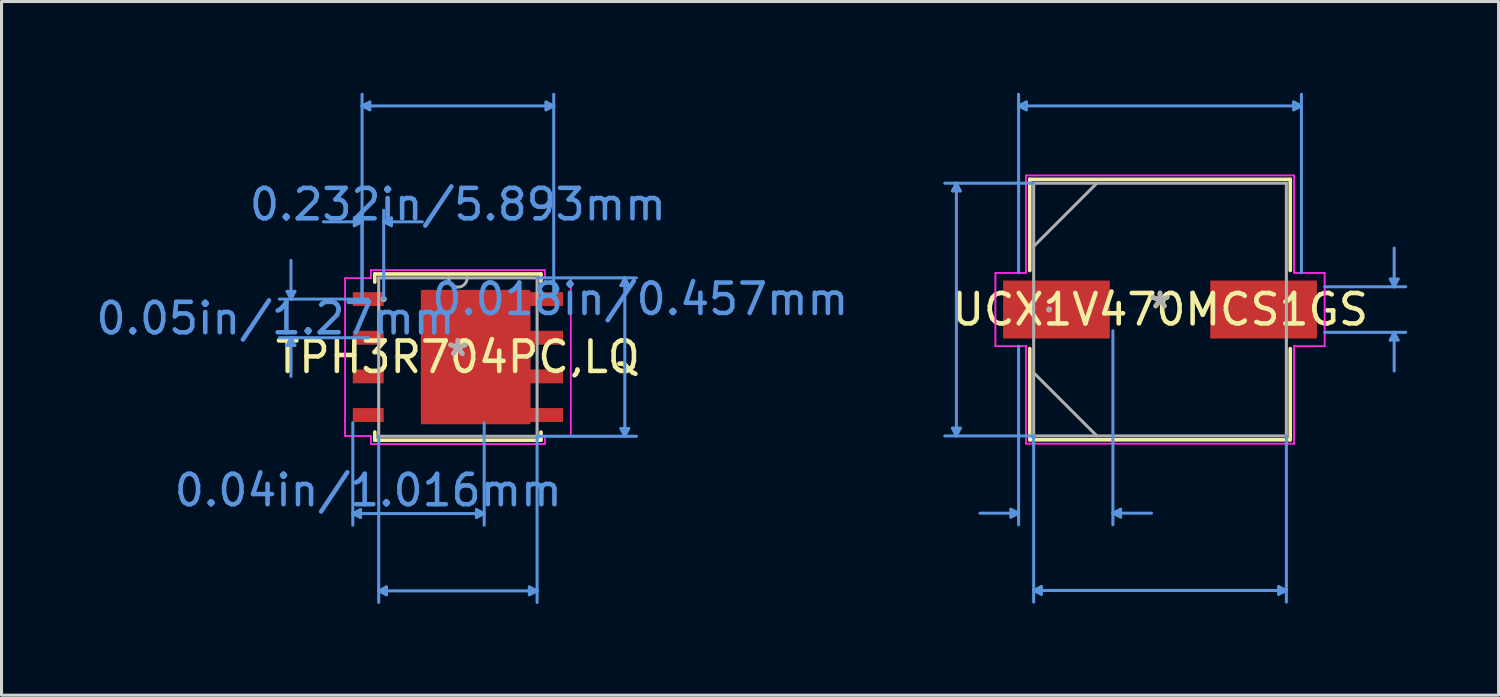
<source format=kicad_pcb>
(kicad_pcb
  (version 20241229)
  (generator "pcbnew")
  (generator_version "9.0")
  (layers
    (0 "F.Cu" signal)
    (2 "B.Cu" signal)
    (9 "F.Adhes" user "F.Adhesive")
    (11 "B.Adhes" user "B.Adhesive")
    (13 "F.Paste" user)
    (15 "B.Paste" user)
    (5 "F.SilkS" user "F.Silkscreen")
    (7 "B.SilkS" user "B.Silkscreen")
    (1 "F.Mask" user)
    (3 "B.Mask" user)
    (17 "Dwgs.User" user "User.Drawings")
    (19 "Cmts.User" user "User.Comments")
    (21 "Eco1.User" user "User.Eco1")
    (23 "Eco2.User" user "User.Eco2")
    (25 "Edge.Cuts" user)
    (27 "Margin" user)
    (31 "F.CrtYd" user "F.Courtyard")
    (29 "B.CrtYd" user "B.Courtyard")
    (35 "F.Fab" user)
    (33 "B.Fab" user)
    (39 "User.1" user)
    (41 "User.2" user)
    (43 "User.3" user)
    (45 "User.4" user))
  (footprint "UCX1V470MCS1GS"
    (layer "F.Cu")
    (at 35.077 7.124)
    (property "Reference" "UCX1V470MCS1GS" (at 0 0 0) (layer "F.SilkS") (effects (font (size 1 1) (thickness 0.15))))
    (attr through_hole)
    (fp_line (start -4.28 -4.28) (end -4.28 -1.285) (stroke (width 0.12) (type solid)) (layer "F.SilkS"))
    (fp_line (start -4.28 1.285) (end -4.28 4.28) (stroke (width 0.12) (type solid)) (layer "F.SilkS"))
    (fp_line (start -4.28 4.28) (end 4.28 4.28) (stroke (width 0.12) (type solid)) (layer "F.SilkS"))
    (fp_line (start 4.28 -4.28) (end -4.28 -4.28) (stroke (width 0.12) (type solid)) (layer "F.SilkS"))
    (fp_line (start 4.28 -1.285) (end 4.28 -4.28) (stroke (width 0.12) (type solid)) (layer "F.SilkS"))
    (fp_line (start 4.28 4.28) (end 4.28 1.285) (stroke (width 0.12) (type solid)) (layer "F.SilkS"))
    (fp_line (start -6.82 -3.899) (end -6.566 -3.899) (stroke (width 0.1) (type solid)) (layer "Cmts.User"))
    (fp_line (start -6.82 3.899) (end -6.566 3.899) (stroke (width 0.1) (type solid)) (layer "Cmts.User"))
    (fp_line (start -6.693 -4.153) (end -6.82 -3.899) (stroke (width 0.1) (type solid)) (layer "Cmts.User"))
    (fp_line (start -6.693 -4.153) (end -6.693 4.153) (stroke (width 0.1) (type solid)) (layer "Cmts.User"))
    (fp_line (start -6.693 -4.153) (end -6.566 -3.899) (stroke (width 0.1) (type solid)) (layer "Cmts.User"))
    (fp_line (start -6.693 4.153) (end -6.82 3.899) (stroke (width 0.1) (type solid)) (layer "Cmts.User"))
    (fp_line (start -6.693 4.153) (end -6.566 3.899) (stroke (width 0.1) (type solid)) (layer "Cmts.User"))
    (fp_line (start -4.902 6.566) (end -4.902 6.82) (stroke (width 0.1) (type solid)) (layer "Cmts.User"))
    (fp_line (start -4.648 -6.693) (end -4.394 -6.82) (stroke (width 0.1) (type solid)) (layer "Cmts.User"))
    (fp_line (start -4.648 -6.693) (end -4.394 -6.566) (stroke (width 0.1) (type solid)) (layer "Cmts.User"))
    (fp_line (start -4.648 -6.693) (end 4.648 -6.693) (stroke (width 0.1) (type solid)) (layer "Cmts.User"))
    (fp_line (start -4.648 -1.206) (end -4.648 -7.074) (stroke (width 0.1) (type solid)) (layer "Cmts.User"))
    (fp_line (start -4.648 1.206) (end -4.648 7.074) (stroke (width 0.1) (type solid)) (layer "Cmts.User"))
    (fp_line (start -4.648 6.693) (end -5.918 6.693) (stroke (width 0.1) (type solid)) (layer "Cmts.User"))
    (fp_line (start -4.648 6.693) (end -4.902 6.566) (stroke (width 0.1) (type solid)) (layer "Cmts.User"))
    (fp_line (start -4.648 6.693) (end -4.902 6.82) (stroke (width 0.1) (type solid)) (layer "Cmts.User"))
    (fp_line (start -4.394 -6.82) (end -4.394 -6.566) (stroke (width 0.1) (type solid)) (layer "Cmts.User"))
    (fp_line (start -4.153 -4.153) (end -7.074 -4.153) (stroke (width 0.1) (type solid)) (layer "Cmts.User"))
    (fp_line (start -4.153 4.153) (end -7.074 4.153) (stroke (width 0.1) (type solid)) (layer "Cmts.User"))
    (fp_line (start -4.153 4.153) (end -4.153 9.614) (stroke (width 0.1) (type solid)) (layer "Cmts.User"))
    (fp_line (start -4.153 9.233) (end -3.899 9.106) (stroke (width 0.1) (type solid)) (layer "Cmts.User"))
    (fp_line (start -4.153 9.233) (end -3.899 9.36) (stroke (width 0.1) (type solid)) (layer "Cmts.User"))
    (fp_line (start -4.153 9.233) (end 4.153 9.233) (stroke (width 0.1) (type solid)) (layer "Cmts.User"))
    (fp_line (start -3.899 9.106) (end -3.899 9.36) (stroke (width 0.1) (type solid)) (layer "Cmts.User"))
    (fp_line (start -1.549 0.699) (end -1.549 7.074) (stroke (width 0.1) (type solid)) (layer "Cmts.User"))
    (fp_line (start -1.549 6.693) (end -1.295 6.566) (stroke (width 0.1) (type solid)) (layer "Cmts.User"))
    (fp_line (start -1.549 6.693) (end -1.295 6.82) (stroke (width 0.1) (type solid)) (layer "Cmts.User"))
    (fp_line (start -1.549 6.693) (end -0.279 6.693) (stroke (width 0.1) (type solid)) (layer "Cmts.User"))
    (fp_line (start -1.295 6.566) (end -1.295 6.82) (stroke (width 0.1) (type solid)) (layer "Cmts.User"))
    (fp_line (start 3.899 9.106) (end 3.899 9.36) (stroke (width 0.1) (type solid)) (layer "Cmts.User"))
    (fp_line (start 4.153 4.153) (end 4.153 9.614) (stroke (width 0.1) (type solid)) (layer "Cmts.User"))
    (fp_line (start 4.153 9.233) (end 3.899 9.106) (stroke (width 0.1) (type solid)) (layer "Cmts.User"))
    (fp_line (start 4.153 9.233) (end 3.899 9.36) (stroke (width 0.1) (type solid)) (layer "Cmts.User"))
    (fp_line (start 4.394 -6.82) (end 4.394 -6.566) (stroke (width 0.1) (type solid)) (layer "Cmts.User"))
    (fp_line (start 4.648 -6.693) (end 4.394 -6.82) (stroke (width 0.1) (type solid)) (layer "Cmts.User"))
    (fp_line (start 4.648 -6.693) (end 4.394 -6.566) (stroke (width 0.1) (type solid)) (layer "Cmts.User"))
    (fp_line (start 4.648 -1.206) (end 4.648 -7.074) (stroke (width 0.1) (type solid)) (layer "Cmts.User"))
    (fp_line (start 5.41 -0.749) (end 8.077 -0.749) (stroke (width 0.1) (type solid)) (layer "Cmts.User"))
    (fp_line (start 5.41 0.749) (end 8.077 0.749) (stroke (width 0.1) (type solid)) (layer "Cmts.User"))
    (fp_line (start 7.569 -1.003) (end 7.823 -1.003) (stroke (width 0.1) (type solid)) (layer "Cmts.User"))
    (fp_line (start 7.569 1.003) (end 7.823 1.003) (stroke (width 0.1) (type solid)) (layer "Cmts.User"))
    (fp_line (start 7.696 -0.749) (end 7.569 -1.003) (stroke (width 0.1) (type solid)) (layer "Cmts.User"))
    (fp_line (start 7.696 -0.749) (end 7.696 -2.019) (stroke (width 0.1) (type solid)) (layer "Cmts.User"))
    (fp_line (start 7.696 -0.749) (end 7.823 -1.003) (stroke (width 0.1) (type solid)) (layer "Cmts.User"))
    (fp_line (start 7.696 0.749) (end 7.569 1.003) (stroke (width 0.1) (type solid)) (layer "Cmts.User"))
    (fp_line (start 7.696 0.749) (end 7.696 2.019) (stroke (width 0.1) (type solid)) (layer "Cmts.User"))
    (fp_line (start 7.696 0.749) (end 7.823 1.003) (stroke (width 0.1) (type solid)) (layer "Cmts.User"))
    (fp_line (start -5.41 -1.206) (end -4.407 -1.206) (stroke (width 0.05) (type solid)) (layer "F.CrtYd"))
    (fp_line (start -5.41 -1.206) (end -4.407 -1.206) (stroke (width 0.05) (type solid)) (layer "F.CrtYd"))
    (fp_line (start -5.41 1.206) (end -5.41 -1.206) (stroke (width 0.05) (type solid)) (layer "F.CrtYd"))
    (fp_line (start -5.41 1.206) (end -5.41 -1.206) (stroke (width 0.05) (type solid)) (layer "F.CrtYd"))
    (fp_line (start -4.407 -4.407) (end 4.407 -4.407) (stroke (width 0.05) (type solid)) (layer "F.CrtYd"))
    (fp_line (start -4.407 -4.407) (end 4.407 -4.407) (stroke (width 0.05) (type solid)) (layer "F.CrtYd"))
    (fp_line (start -4.407 -1.206) (end -4.407 -4.407) (stroke (width 0.05) (type solid)) (layer "F.CrtYd"))
    (fp_line (start -4.407 -1.206) (end -4.407 -4.407) (stroke (width 0.05) (type solid)) (layer "F.CrtYd"))
    (fp_line (start -4.407 1.206) (end -5.41 1.206) (stroke (width 0.05) (type solid)) (layer "F.CrtYd"))
    (fp_line (start -4.407 1.206) (end -5.41 1.206) (stroke (width 0.05) (type solid)) (layer "F.CrtYd"))
    (fp_line (start -4.407 4.407) (end -4.407 1.206) (stroke (width 0.05) (type solid)) (layer "F.CrtYd"))
    (fp_line (start -4.407 4.407) (end -4.407 1.206) (stroke (width 0.05) (type solid)) (layer "F.CrtYd"))
    (fp_line (start 4.407 -4.407) (end 4.407 -1.206) (stroke (width 0.05) (type solid)) (layer "F.CrtYd"))
    (fp_line (start 4.407 -4.407) (end 4.407 -1.206) (stroke (width 0.05) (type solid)) (layer "F.CrtYd"))
    (fp_line (start 4.407 -1.206) (end 5.41 -1.206) (stroke (width 0.05) (type solid)) (layer "F.CrtYd"))
    (fp_line (start 4.407 -1.206) (end 5.41 -1.206) (stroke (width 0.05) (type solid)) (layer "F.CrtYd"))
    (fp_line (start 4.407 1.206) (end 4.407 4.407) (stroke (width 0.05) (type solid)) (layer "F.CrtYd"))
    (fp_line (start 4.407 1.206) (end 4.407 4.407) (stroke (width 0.05) (type solid)) (layer "F.CrtYd"))
    (fp_line (start 4.407 4.407) (end -4.407 4.407) (stroke (width 0.05) (type solid)) (layer "F.CrtYd"))
    (fp_line (start 4.407 4.407) (end -4.407 4.407) (stroke (width 0.05) (type solid)) (layer "F.CrtYd"))
    (fp_line (start 5.41 -1.206) (end 5.41 1.206) (stroke (width 0.05) (type solid)) (layer "F.CrtYd"))
    (fp_line (start 5.41 -1.206) (end 5.41 1.206) (stroke (width 0.05) (type solid)) (layer "F.CrtYd"))
    (fp_line (start 5.41 1.206) (end 4.407 1.206) (stroke (width 0.05) (type solid)) (layer "F.CrtYd"))
    (fp_line (start 5.41 1.206) (end 4.407 1.206) (stroke (width 0.05) (type solid)) (layer "F.CrtYd"))
    (fp_line (start -4.153 -4.153) (end -4.153 4.153) (stroke (width 0.1) (type solid)) (layer "F.Fab"))
    (fp_line (start -4.153 -2.076) (end -2.076 -4.153) (stroke (width 0.1) (type solid)) (layer "F.Fab"))
    (fp_line (start -4.153 2.076) (end -2.076 4.153) (stroke (width 0.1) (type solid)) (layer "F.Fab"))
    (fp_line (start -4.153 4.153) (end 4.153 4.153) (stroke (width 0.1) (type solid)) (layer "F.Fab"))
    (fp_line (start 4.153 -4.153) (end -4.153 -4.153) (stroke (width 0.1) (type solid)) (layer "F.Fab"))
    (fp_line (start 4.153 4.153) (end 4.153 -4.153) (stroke (width 0.1) (type solid)) (layer "F.Fab"))
    (fp_circle (center -3.645 0) (end -3.645 0) (stroke (width 0.1) (type solid)) (fill no) (layer "F.Fab"))
    (fp_text user "*" (at 0 0 0) (layer "F.SilkS") (effects (font (size 1 1) (thickness 0.15))))
    (fp_text user "Copyright 2021 Accelerated Designs. All rights reserved." (at 0 0 0) (layer "Cmts.User") (effects (font (size 0.127 0.127) (thickness 0.002))))
    (fp_text user "*" (at 0 0 0) (layer "F.Fab") (effects (font (size 1 1) (thickness 0.15))))
    (pad "1" smd rect (at -3.404 0) (size 3.505 1.905) (layers "F.Cu" "F.Mask" "F.Paste"))
    (pad "2" smd rect (at 3.404 0) (size 3.505 1.905) (layers "F.Cu" "F.Mask" "F.Paste")))
  (footprint "TPH3R704PC,LQ"
    (layer "F.Cu")
    (at 12 8.686)
    (property "Reference" "TPH3R704PC,LQ" (at 0 0 0) (layer "F.SilkS") (effects (font (size 1 1) (thickness 0.15))))
    (attr through_hole)
    (fp_poly (pts (xy 2.337 -2.159) (xy -1.168 -2.159) (xy -1.168 2.159) (xy 2.337 2.159)) (stroke (width 0.1) (type solid)) (fill yes) (layer "F.Cu"))
    (fp_poly (pts (xy 2.337 -2.159) (xy -1.168 -2.159) (xy -1.168 2.159) (xy 2.337 2.159)) (stroke (width 0.1) (type solid)) (fill yes) (layer "F.Mask"))
    (fp_line (start -2.731 -2.731) (end -2.731 -2.466) (stroke (width 0.12) (type solid)) (layer "F.SilkS"))
    (fp_line (start -2.731 2.466) (end -2.731 2.731) (stroke (width 0.12) (type solid)) (layer "F.SilkS"))
    (fp_line (start -2.731 2.731) (end 2.731 2.731) (stroke (width 0.12) (type solid)) (layer "F.SilkS"))
    (fp_line (start 2.731 -2.731) (end -2.731 -2.731) (stroke (width 0.12) (type solid)) (layer "F.SilkS"))
    (fp_line (start 2.731 -2.466) (end 2.731 -2.731) (stroke (width 0.12) (type solid)) (layer "F.SilkS"))
    (fp_line (start 2.731 2.731) (end 2.731 2.466) (stroke (width 0.12) (type solid)) (layer "F.SilkS"))
    (fp_poly (pts (xy 2.337 -2.159) (xy -1.168 -2.159) (xy -1.168 2.159) (xy 2.337 2.159)) (stroke (width 0.1) (type solid)) (fill yes) (layer "F.Paste"))
    (fp_line (start -5.613 -2.159) (end -5.359 -2.159) (stroke (width 0.1) (type solid)) (layer "Cmts.User"))
    (fp_line (start -5.613 -0.381) (end -5.359 -0.381) (stroke (width 0.1) (type solid)) (layer "Cmts.User"))
    (fp_line (start -5.486 -1.905) (end -5.613 -2.159) (stroke (width 0.1) (type solid)) (layer "Cmts.User"))
    (fp_line (start -5.486 -1.905) (end -5.486 -3.175) (stroke (width 0.1) (type solid)) (layer "Cmts.User"))
    (fp_line (start -5.486 -1.905) (end -5.359 -2.159) (stroke (width 0.1) (type solid)) (layer "Cmts.User"))
    (fp_line (start -5.486 -0.635) (end -5.613 -0.381) (stroke (width 0.1) (type solid)) (layer "Cmts.User"))
    (fp_line (start -5.486 -0.635) (end -5.486 0.635) (stroke (width 0.1) (type solid)) (layer "Cmts.User"))
    (fp_line (start -5.486 -0.635) (end -5.359 -0.381) (stroke (width 0.1) (type solid)) (layer "Cmts.User"))
    (fp_line (start -3.454 2.159) (end -3.454 5.524) (stroke (width 0.1) (type solid)) (layer "Cmts.User"))
    (fp_line (start -3.454 5.144) (end -3.2 5.016) (stroke (width 0.1) (type solid)) (layer "Cmts.User"))
    (fp_line (start -3.454 5.144) (end -3.2 5.271) (stroke (width 0.1) (type solid)) (layer "Cmts.User"))
    (fp_line (start -3.454 5.144) (end 0.864 5.144) (stroke (width 0.1) (type solid)) (layer "Cmts.User"))
    (fp_line (start -3.404 -4.572) (end -3.404 -4.318) (stroke (width 0.1) (type solid)) (layer "Cmts.User"))
    (fp_line (start -3.2 5.016) (end -3.2 5.271) (stroke (width 0.1) (type solid)) (layer "Cmts.User"))
    (fp_line (start -3.15 -8.255) (end -2.896 -8.382) (stroke (width 0.1) (type solid)) (layer "Cmts.User"))
    (fp_line (start -3.15 -8.255) (end -2.896 -8.128) (stroke (width 0.1) (type solid)) (layer "Cmts.User"))
    (fp_line (start -3.15 -8.255) (end 3.15 -8.255) (stroke (width 0.1) (type solid)) (layer "Cmts.User"))
    (fp_line (start -3.15 -4.445) (end -4.42 -4.445) (stroke (width 0.1) (type solid)) (layer "Cmts.User"))
    (fp_line (start -3.15 -4.445) (end -3.404 -4.572) (stroke (width 0.1) (type solid)) (layer "Cmts.User"))
    (fp_line (start -3.15 -4.445) (end -3.404 -4.318) (stroke (width 0.1) (type solid)) (layer "Cmts.User"))
    (fp_line (start -3.15 -1.905) (end -3.15 -8.636) (stroke (width 0.1) (type solid)) (layer "Cmts.User"))
    (fp_line (start -3.15 -1.905) (end -3.15 -4.826) (stroke (width 0.1) (type solid)) (layer "Cmts.User"))
    (fp_line (start -2.946 -1.905) (end -5.867 -1.905) (stroke (width 0.1) (type solid)) (layer "Cmts.User"))
    (fp_line (start -2.946 -0.635) (end -5.867 -0.635) (stroke (width 0.1) (type solid)) (layer "Cmts.User"))
    (fp_line (start -2.896 -8.382) (end -2.896 -8.128) (stroke (width 0.1) (type solid)) (layer "Cmts.User"))
    (fp_line (start -2.603 2.603) (end -2.603 8.065) (stroke (width 0.1) (type solid)) (layer "Cmts.User"))
    (fp_line (start -2.603 7.684) (end -2.349 7.556) (stroke (width 0.1) (type solid)) (layer "Cmts.User"))
    (fp_line (start -2.603 7.684) (end -2.349 7.811) (stroke (width 0.1) (type solid)) (layer "Cmts.User"))
    (fp_line (start -2.603 7.684) (end 2.603 7.684) (stroke (width 0.1) (type solid)) (layer "Cmts.User"))
    (fp_line (start -2.438 -4.445) (end -2.184 -4.572) (stroke (width 0.1) (type solid)) (layer "Cmts.User"))
    (fp_line (start -2.438 -4.445) (end -2.184 -4.318) (stroke (width 0.1) (type solid)) (layer "Cmts.User"))
    (fp_line (start -2.438 -4.445) (end -1.168 -4.445) (stroke (width 0.1) (type solid)) (layer "Cmts.User"))
    (fp_line (start -2.438 -1.905) (end -2.438 -4.826) (stroke (width 0.1) (type solid)) (layer "Cmts.User"))
    (fp_line (start -2.349 7.556) (end -2.349 7.811) (stroke (width 0.1) (type solid)) (layer "Cmts.User"))
    (fp_line (start -2.184 -4.572) (end -2.184 -4.318) (stroke (width 0.1) (type solid)) (layer "Cmts.User"))
    (fp_line (start 0.61 5.016) (end 0.61 5.271) (stroke (width 0.1) (type solid)) (layer "Cmts.User"))
    (fp_line (start 0.864 2.159) (end 0.864 5.524) (stroke (width 0.1) (type solid)) (layer "Cmts.User"))
    (fp_line (start 0.864 5.144) (end 0.61 5.016) (stroke (width 0.1) (type solid)) (layer "Cmts.User"))
    (fp_line (start 0.864 5.144) (end 0.61 5.271) (stroke (width 0.1) (type solid)) (layer "Cmts.User"))
    (fp_line (start 2.349 7.556) (end 2.349 7.811) (stroke (width 0.1) (type solid)) (layer "Cmts.User"))
    (fp_line (start 2.603 -2.603) (end 5.867 -2.603) (stroke (width 0.1) (type solid)) (layer "Cmts.User"))
    (fp_line (start 2.603 2.603) (end 2.603 8.065) (stroke (width 0.1) (type solid)) (layer "Cmts.User"))
    (fp_line (start 2.603 2.603) (end 5.867 2.603) (stroke (width 0.1) (type solid)) (layer "Cmts.User"))
    (fp_line (start 2.603 7.684) (end 2.349 7.556) (stroke (width 0.1) (type solid)) (layer "Cmts.User"))
    (fp_line (start 2.603 7.684) (end 2.349 7.811) (stroke (width 0.1) (type solid)) (layer "Cmts.User"))
    (fp_line (start 2.896 -8.382) (end 2.896 -8.128) (stroke (width 0.1) (type solid)) (layer "Cmts.User"))
    (fp_line (start 3.15 -8.255) (end 2.896 -8.382) (stroke (width 0.1) (type solid)) (layer "Cmts.User"))
    (fp_line (start 3.15 -8.255) (end 2.896 -8.128) (stroke (width 0.1) (type solid)) (layer "Cmts.User"))
    (fp_line (start 3.15 -1.905) (end 3.15 -8.636) (stroke (width 0.1) (type solid)) (layer "Cmts.User"))
    (fp_line (start 5.359 -2.349) (end 5.613 -2.349) (stroke (width 0.1) (type solid)) (layer "Cmts.User"))
    (fp_line (start 5.359 2.349) (end 5.613 2.349) (stroke (width 0.1) (type solid)) (layer "Cmts.User"))
    (fp_line (start 5.486 -2.603) (end 5.359 -2.349) (stroke (width 0.1) (type solid)) (layer "Cmts.User"))
    (fp_line (start 5.486 -2.603) (end 5.486 2.603) (stroke (width 0.1) (type solid)) (layer "Cmts.User"))
    (fp_line (start 5.486 -2.603) (end 5.613 -2.349) (stroke (width 0.1) (type solid)) (layer "Cmts.User"))
    (fp_line (start 5.486 2.603) (end 5.359 2.349) (stroke (width 0.1) (type solid)) (layer "Cmts.User"))
    (fp_line (start 5.486 2.603) (end 5.613 2.349) (stroke (width 0.1) (type solid)) (layer "Cmts.User"))
    (fp_line (start -3.708 -2.591) (end -2.857 -2.591) (stroke (width 0.05) (type solid)) (layer "F.CrtYd"))
    (fp_line (start -3.708 -2.591) (end -2.857 -2.591) (stroke (width 0.05) (type solid)) (layer "F.CrtYd"))
    (fp_line (start -3.708 2.591) (end -3.708 -2.591) (stroke (width 0.05) (type solid)) (layer "F.CrtYd"))
    (fp_line (start -3.708 2.591) (end -3.708 -2.591) (stroke (width 0.05) (type solid)) (layer "F.CrtYd"))
    (fp_line (start -3.708 2.591) (end -2.857 2.591) (stroke (width 0.05) (type solid)) (layer "F.CrtYd"))
    (fp_line (start -2.857 -2.857) (end 2.857 -2.857) (stroke (width 0.05) (type solid)) (layer "F.CrtYd"))
    (fp_line (start -2.857 -2.857) (end 2.857 -2.857) (stroke (width 0.05) (type solid)) (layer "F.CrtYd"))
    (fp_line (start -2.857 -2.591) (end -2.857 -2.857) (stroke (width 0.05) (type solid)) (layer "F.CrtYd"))
    (fp_line (start -2.857 -2.591) (end -2.857 -2.857) (stroke (width 0.05) (type solid)) (layer "F.CrtYd"))
    (fp_line (start -2.857 2.591) (end -3.708 2.591) (stroke (width 0.05) (type solid)) (layer "F.CrtYd"))
    (fp_line (start -2.857 2.857) (end -2.857 2.591) (stroke (width 0.05) (type solid)) (layer "F.CrtYd"))
    (fp_line (start -2.857 2.857) (end -2.857 2.591) (stroke (width 0.05) (type solid)) (layer "F.CrtYd"))
    (fp_line (start 2.857 -2.857) (end 2.857 -2.591) (stroke (width 0.05) (type solid)) (layer "F.CrtYd"))
    (fp_line (start 2.857 -2.857) (end 2.857 -2.591) (stroke (width 0.05) (type solid)) (layer "F.CrtYd"))
    (fp_line (start 2.857 -2.591) (end 3.708 -2.591) (stroke (width 0.05) (type solid)) (layer "F.CrtYd"))
    (fp_line (start 2.857 2.591) (end 2.857 2.857) (stroke (width 0.05) (type solid)) (layer "F.CrtYd"))
    (fp_line (start 2.857 2.591) (end 2.857 2.857) (stroke (width 0.05) (type solid)) (layer "F.CrtYd"))
    (fp_line (start 2.857 2.857) (end -2.857 2.857) (stroke (width 0.05) (type solid)) (layer "F.CrtYd"))
    (fp_line (start 2.857 2.857) (end -2.857 2.857) (stroke (width 0.05) (type solid)) (layer "F.CrtYd"))
    (fp_line (start 3.708 -2.591) (end 2.857 -2.591) (stroke (width 0.05) (type solid)) (layer "F.CrtYd"))
    (fp_line (start 3.708 -2.591) (end 3.708 2.591) (stroke (width 0.05) (type solid)) (layer "F.CrtYd"))
    (fp_line (start 3.708 -2.591) (end 3.708 2.591) (stroke (width 0.05) (type solid)) (layer "F.CrtYd"))
    (fp_line (start 3.708 2.591) (end 2.857 2.591) (stroke (width 0.05) (type solid)) (layer "F.CrtYd"))
    (fp_line (start 3.708 2.591) (end 2.857 2.591) (stroke (width 0.05) (type solid)) (layer "F.CrtYd"))
    (fp_line (start -2.603 -2.603) (end -2.603 2.603) (stroke (width 0.1) (type solid)) (layer "F.Fab"))
    (fp_line (start -2.603 2.603) (end 2.603 2.603) (stroke (width 0.1) (type solid)) (layer "F.Fab"))
    (fp_line (start 2.603 -2.603) (end -2.603 -2.603) (stroke (width 0.1) (type solid)) (layer "F.Fab"))
    (fp_line (start 2.603 2.603) (end 2.603 -2.603) (stroke (width 0.1) (type solid)) (layer "F.Fab"))
    (fp_arc (start 0.3048 -2.6035) (mid 0 -2.2987) (end -0.3048 -2.6035) (stroke (width 0.1) (type solid)) (layer "F.Fab"))
    (fp_circle (center -2.438 -1.905) (end -2.438 -1.905) (stroke (width 0.1) (type solid)) (fill no) (layer "F.Fab"))
    (fp_text user "*" (at 0 0 0) (layer "F.SilkS") (effects (font (size 1 1) (thickness 0.15))))
    (fp_text user "0.05in/1.27mm" (at -5.994 -1.27 0) (layer "Cmts.User") (effects (font (size 1 1) (thickness 0.15))))
    (fp_text user "0.04in/1.016mm" (at -2.946 4.381 0) (layer "Cmts.User") (effects (font (size 1 1) (thickness 0.15))))
    (fp_text user "Copyright 2021 Accelerated Designs. All rights reserved." (at 0 0 0) (layer "Cmts.User") (effects (font (size 0.127 0.127) (thickness 0.002))))
    (fp_text user "0.018in/0.457mm" (at 5.994 -1.905 0) (layer "Cmts.User") (effects (font (size 1 1) (thickness 0.15))))
    (fp_text user "0.232in/5.893mm" (at 0 -5.016 0) (layer "Cmts.User") (effects (font (size 1 1) (thickness 0.15))))
    (fp_text user "*" (at 0 0 0) (layer "F.Fab") (effects (font (size 1 1) (thickness 0.15))))
    (pad "1" smd rect (at -2.946 -1.905) (size 1.016 0.457) (layers "F.Cu" "F.Mask" "F.Paste"))
    (pad "2" smd rect (at -2.946 -0.635) (size 1.016 0.457) (layers "F.Cu" "F.Mask" "F.Paste"))
    (pad "3" smd rect (at -2.946 0.635) (size 1.016 0.457) (layers "F.Cu" "F.Mask" "F.Paste"))
    (pad "4" smd rect (at -2.946 1.905) (size 1.016 0.457) (layers "F.Cu" "F.Mask" "F.Paste"))
    (pad "5" smd rect (at 2.807 1.905) (size 1.295 0.457) (layers "F.Cu" "F.Mask" "F.Paste"))
    (pad "6" smd rect (at 2.807 0.635) (size 1.295 0.457) (layers "F.Cu" "F.Mask" "F.Paste"))
    (pad "7" smd rect (at 2.807 -0.635) (size 1.295 0.457) (layers "F.Cu" "F.Mask" "F.Paste"))
    (pad "8" smd rect (at 2.807 -1.905) (size 1.295 0.457) (layers "F.Cu" "F.Mask" "F.Paste")))
  (gr_rect
    (start -3 -3)
    (end 46.204 19.8)
    (stroke (width 0.1) (type default))
    (fill no)
    (layer "Edge.Cuts")))
</source>
